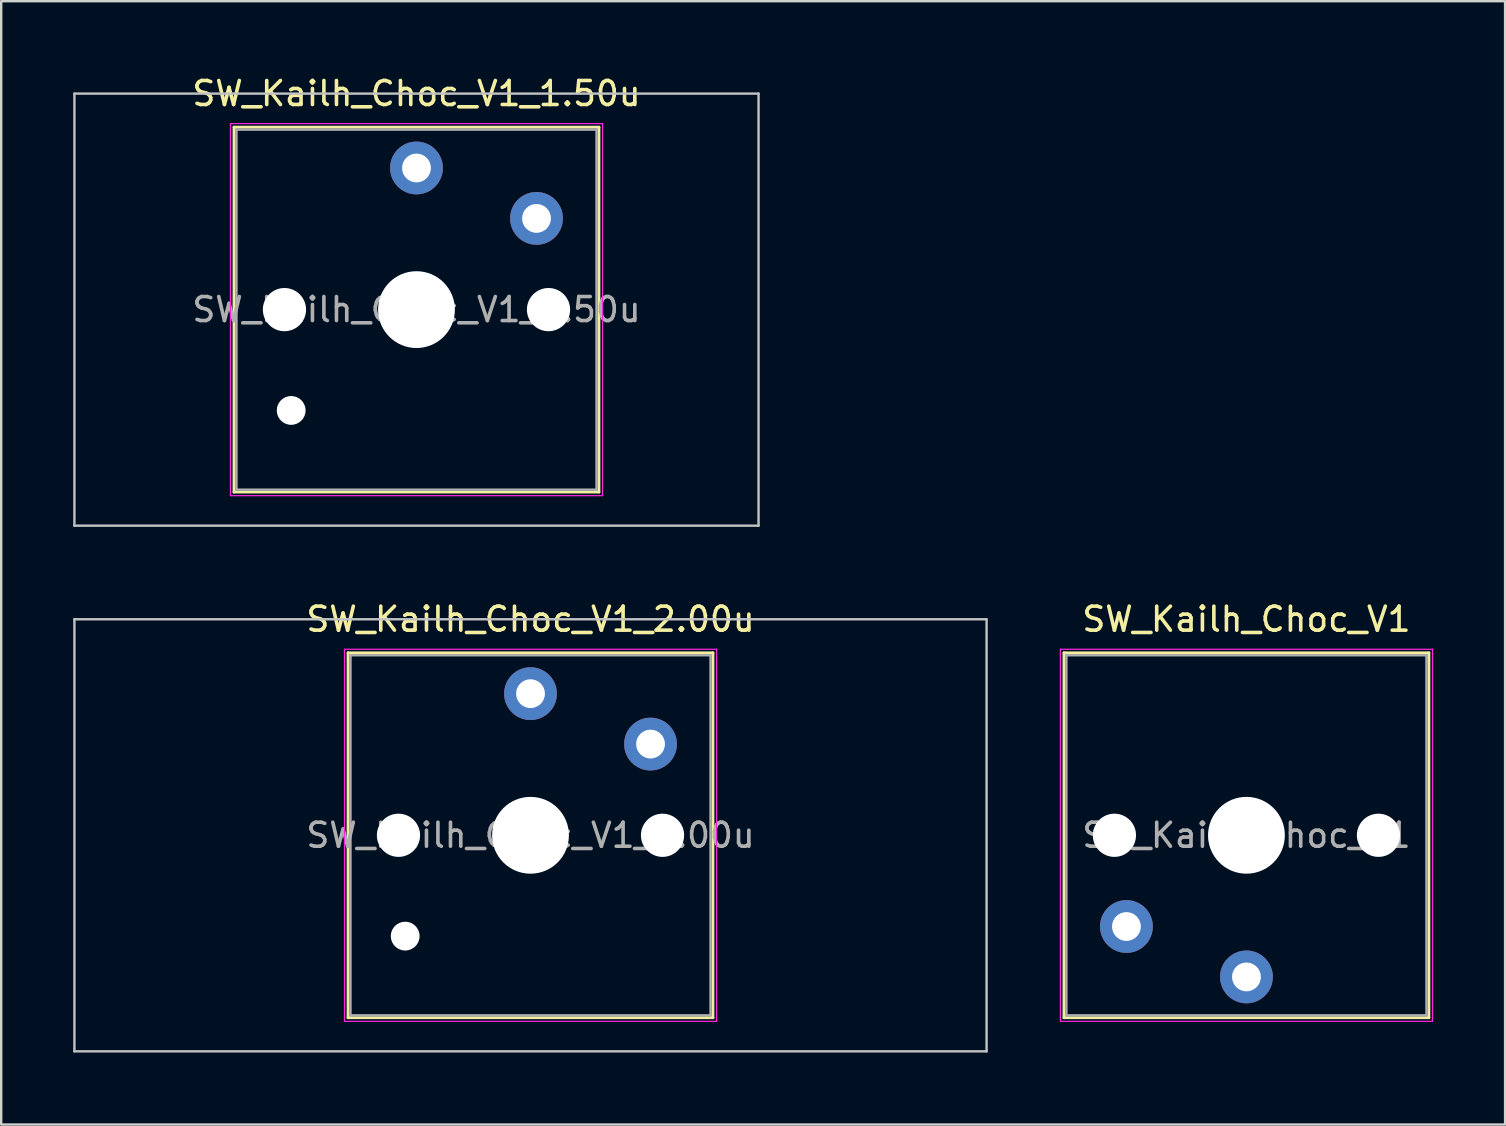
<source format=kicad_pcb>
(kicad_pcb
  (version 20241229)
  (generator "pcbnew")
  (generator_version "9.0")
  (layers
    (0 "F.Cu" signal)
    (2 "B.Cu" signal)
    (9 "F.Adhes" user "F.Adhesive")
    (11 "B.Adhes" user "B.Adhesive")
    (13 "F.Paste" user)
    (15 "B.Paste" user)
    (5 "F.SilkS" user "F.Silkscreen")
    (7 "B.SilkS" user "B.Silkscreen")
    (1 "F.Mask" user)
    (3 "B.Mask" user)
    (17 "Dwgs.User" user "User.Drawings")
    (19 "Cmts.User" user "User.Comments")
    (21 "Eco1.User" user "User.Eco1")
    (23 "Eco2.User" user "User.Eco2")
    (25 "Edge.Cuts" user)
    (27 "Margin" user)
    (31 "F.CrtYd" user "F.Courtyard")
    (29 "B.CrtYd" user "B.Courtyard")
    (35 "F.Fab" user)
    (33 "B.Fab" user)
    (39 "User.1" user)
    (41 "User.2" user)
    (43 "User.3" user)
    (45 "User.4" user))
  (footprint "SW_Kailh_Choc_V1"
    (layer "F.Cu")
    (at 48.875 31.747)
    (property "Reference" "SW_Kailh_Choc_V1" (at 0 -9 0) (layer "F.SilkS") (effects (font (size 1 1) (thickness 0.15))))
    (attr through_hole)
    (fp_line (start -7.6 -7.6) (end -7.6 7.6) (stroke (width 0.12) (type solid)) (layer "F.SilkS"))
    (fp_line (start -7.6 7.6) (end 7.6 7.6) (stroke (width 0.12) (type solid)) (layer "F.SilkS"))
    (fp_line (start 7.6 -7.6) (end -7.6 -7.6) (stroke (width 0.12) (type solid)) (layer "F.SilkS"))
    (fp_line (start 7.6 7.6) (end 7.6 -7.6) (stroke (width 0.12) (type solid)) (layer "F.SilkS"))
    (fp_line (start -7.25 -7.25) (end -7.25 7.25) (stroke (width 0.1) (type solid)) (layer "Eco1.User"))
    (fp_line (start -7.25 7.25) (end 7.25 7.25) (stroke (width 0.1) (type solid)) (layer "Eco1.User"))
    (fp_line (start 7.25 -7.25) (end -7.25 -7.25) (stroke (width 0.1) (type solid)) (layer "Eco1.User"))
    (fp_line (start 7.25 7.25) (end 7.25 -7.25) (stroke (width 0.1) (type solid)) (layer "Eco1.User"))
    (fp_line (start -7.75 -7.75) (end -7.75 7.75) (stroke (width 0.05) (type solid)) (layer "F.CrtYd"))
    (fp_line (start -7.75 7.75) (end 7.75 7.75) (stroke (width 0.05) (type solid)) (layer "F.CrtYd"))
    (fp_line (start 7.75 -7.75) (end -7.75 -7.75) (stroke (width 0.05) (type solid)) (layer "F.CrtYd"))
    (fp_line (start 7.75 7.75) (end 7.75 -7.75) (stroke (width 0.05) (type solid)) (layer "F.CrtYd"))
    (fp_line (start -7.5 -7.5) (end -7.5 7.5) (stroke (width 0.1) (type solid)) (layer "F.Fab"))
    (fp_line (start -7.5 7.5) (end 7.5 7.5) (stroke (width 0.1) (type solid)) (layer "F.Fab"))
    (fp_line (start 7.5 -7.5) (end -7.5 -7.5) (stroke (width 0.1) (type solid)) (layer "F.Fab"))
    (fp_line (start 7.5 7.5) (end 7.5 -7.5) (stroke (width 0.1) (type solid)) (layer "F.Fab"))
    (fp_text user "${REFERENCE}" (at 0 0 0) (layer "F.Fab") (effects (font (size 1 1) (thickness 0.15))))
    (pad "" np_thru_hole circle (at -5.5 0) (size 1.8 1.8) (drill 1.8) (layers "*.Cu" "*.Mask"))
    (pad "" np_thru_hole circle (at 0 0) (size 3.2 3.2) (drill 3.2) (layers "*.Cu" "*.Mask"))
    (pad "" np_thru_hole circle (at 5.5 0) (size 1.8 1.8) (drill 1.8) (layers "*.Cu" "*.Mask"))
    (pad "1" thru_hole circle (at 0 5.9) (size 2.2 2.2) (drill 1.2) (layers "*.Cu" "B.Mask"))
    (pad "2" thru_hole circle (at -5 3.8) (size 2.2 2.2) (drill 1.2) (layers "*.Cu" "B.Mask")))
  (footprint "SW_Kailh_Choc_V1_1.50u"
    (layer "F.Cu")
    (at 14.3 9.848)
    (property "Reference" "SW_Kailh_Choc_V1_1.50u" (at 0 -9 0) (layer "F.SilkS") (effects (font (size 1 1) (thickness 0.15))))
    (attr through_hole)
    (fp_line (start -7.6 -7.6) (end -7.6 7.6) (stroke (width 0.12) (type solid)) (layer "F.SilkS"))
    (fp_line (start -7.6 7.6) (end 7.6 7.6) (stroke (width 0.12) (type solid)) (layer "F.SilkS"))
    (fp_line (start 7.6 -7.6) (end -7.6 -7.6) (stroke (width 0.12) (type solid)) (layer "F.SilkS"))
    (fp_line (start 7.6 7.6) (end 7.6 -7.6) (stroke (width 0.12) (type solid)) (layer "F.SilkS"))
    (fp_line (start -14.25 -9) (end -14.25 9) (stroke (width 0.1) (type solid)) (layer "Dwgs.User"))
    (fp_line (start -14.25 9) (end 14.25 9) (stroke (width 0.1) (type solid)) (layer "Dwgs.User"))
    (fp_line (start 14.25 -9) (end -14.25 -9) (stroke (width 0.1) (type solid)) (layer "Dwgs.User"))
    (fp_line (start 14.25 9) (end 14.25 -9) (stroke (width 0.1) (type solid)) (layer "Dwgs.User"))
    (fp_line (start -7.25 -7.25) (end -7.25 7.25) (stroke (width 0.1) (type solid)) (layer "Eco1.User"))
    (fp_line (start -7.25 7.25) (end 7.25 7.25) (stroke (width 0.1) (type solid)) (layer "Eco1.User"))
    (fp_line (start 7.25 -7.25) (end -7.25 -7.25) (stroke (width 0.1) (type solid)) (layer "Eco1.User"))
    (fp_line (start 7.25 7.25) (end 7.25 -7.25) (stroke (width 0.1) (type solid)) (layer "Eco1.User"))
    (fp_line (start -7.75 -7.75) (end -7.75 7.75) (stroke (width 0.05) (type solid)) (layer "F.CrtYd"))
    (fp_line (start -7.75 7.75) (end 7.75 7.75) (stroke (width 0.05) (type solid)) (layer "F.CrtYd"))
    (fp_line (start 7.75 -7.75) (end -7.75 -7.75) (stroke (width 0.05) (type solid)) (layer "F.CrtYd"))
    (fp_line (start 7.75 7.75) (end 7.75 -7.75) (stroke (width 0.05) (type solid)) (layer "F.CrtYd"))
    (fp_line (start -7.5 -7.5) (end -7.5 7.5) (stroke (width 0.1) (type solid)) (layer "F.Fab"))
    (fp_line (start -7.5 7.5) (end 7.5 7.5) (stroke (width 0.1) (type solid)) (layer "F.Fab"))
    (fp_line (start 7.5 -7.5) (end -7.5 -7.5) (stroke (width 0.1) (type solid)) (layer "F.Fab"))
    (fp_line (start 7.5 7.5) (end 7.5 -7.5) (stroke (width 0.1) (type solid)) (layer "F.Fab"))
    (fp_text user "${REFERENCE}" (at 0 0 0) (layer "F.Fab") (effects (font (size 1 1) (thickness 0.15))))
    (pad "" np_thru_hole circle (at -5.5 0) (size 1.8 1.8) (drill 1.8) (layers "*.Cu" "*.Mask"))
    (pad "" np_thru_hole circle (at -5.22 4.2) (size 1.2 1.2) (drill 1.2) (layers "*.Cu" "*.Mask"))
    (pad "" np_thru_hole circle (at 0 0) (size 3.2 3.2) (drill 3.2) (layers "*.Cu" "*.Mask"))
    (pad "" np_thru_hole circle (at 5.5 0) (size 1.8 1.8) (drill 1.8) (layers "*.Cu" "*.Mask"))
    (pad "1" thru_hole circle (at 0 -5.9) (size 2.2 2.2) (drill 1.2) (layers "*.Cu" "B.Mask"))
    (pad "2" thru_hole circle (at 5 -3.8) (size 2.2 2.2) (drill 1.2) (layers "*.Cu" "B.Mask")))
  (footprint "SW_Kailh_Choc_V1_2.00u"
    (layer "F.Cu")
    (at 19.05 31.747)
    (property "Reference" "SW_Kailh_Choc_V1_2.00u" (at 0 -9 0) (layer "F.SilkS") (effects (font (size 1 1) (thickness 0.15))))
    (attr through_hole)
    (fp_line (start -7.6 -7.6) (end -7.6 7.6) (stroke (width 0.12) (type solid)) (layer "F.SilkS"))
    (fp_line (start -7.6 7.6) (end 7.6 7.6) (stroke (width 0.12) (type solid)) (layer "F.SilkS"))
    (fp_line (start 7.6 -7.6) (end -7.6 -7.6) (stroke (width 0.12) (type solid)) (layer "F.SilkS"))
    (fp_line (start 7.6 7.6) (end 7.6 -7.6) (stroke (width 0.12) (type solid)) (layer "F.SilkS"))
    (fp_line (start -19 -9) (end -19 9) (stroke (width 0.1) (type solid)) (layer "Dwgs.User"))
    (fp_line (start -19 9) (end 19 9) (stroke (width 0.1) (type solid)) (layer "Dwgs.User"))
    (fp_line (start 19 -9) (end -19 -9) (stroke (width 0.1) (type solid)) (layer "Dwgs.User"))
    (fp_line (start 19 9) (end 19 -9) (stroke (width 0.1) (type solid)) (layer "Dwgs.User"))
    (fp_line (start -7.25 -7.25) (end -7.25 7.25) (stroke (width 0.1) (type solid)) (layer "Eco1.User"))
    (fp_line (start -7.25 7.25) (end 7.25 7.25) (stroke (width 0.1) (type solid)) (layer "Eco1.User"))
    (fp_line (start 7.25 -7.25) (end -7.25 -7.25) (stroke (width 0.1) (type solid)) (layer "Eco1.User"))
    (fp_line (start 7.25 7.25) (end 7.25 -7.25) (stroke (width 0.1) (type solid)) (layer "Eco1.User"))
    (fp_line (start -7.75 -7.75) (end -7.75 7.75) (stroke (width 0.05) (type solid)) (layer "F.CrtYd"))
    (fp_line (start -7.75 7.75) (end 7.75 7.75) (stroke (width 0.05) (type solid)) (layer "F.CrtYd"))
    (fp_line (start 7.75 -7.75) (end -7.75 -7.75) (stroke (width 0.05) (type solid)) (layer "F.CrtYd"))
    (fp_line (start 7.75 7.75) (end 7.75 -7.75) (stroke (width 0.05) (type solid)) (layer "F.CrtYd"))
    (fp_line (start -7.5 -7.5) (end -7.5 7.5) (stroke (width 0.1) (type solid)) (layer "F.Fab"))
    (fp_line (start -7.5 7.5) (end 7.5 7.5) (stroke (width 0.1) (type solid)) (layer "F.Fab"))
    (fp_line (start 7.5 -7.5) (end -7.5 -7.5) (stroke (width 0.1) (type solid)) (layer "F.Fab"))
    (fp_line (start 7.5 7.5) (end 7.5 -7.5) (stroke (width 0.1) (type solid)) (layer "F.Fab"))
    (fp_text user "${REFERENCE}" (at 0 0 0) (layer "F.Fab") (effects (font (size 1 1) (thickness 0.15))))
    (pad "" np_thru_hole circle (at -5.5 0) (size 1.8 1.8) (drill 1.8) (layers "*.Cu" "*.Mask"))
    (pad "" np_thru_hole circle (at -5.22 4.2) (size 1.2 1.2) (drill 1.2) (layers "*.Cu" "*.Mask"))
    (pad "" np_thru_hole circle (at 0 0) (size 3.2 3.2) (drill 3.2) (layers "*.Cu" "*.Mask"))
    (pad "" np_thru_hole circle (at 5.5 0) (size 1.8 1.8) (drill 1.8) (layers "*.Cu" "*.Mask"))
    (pad "1" thru_hole circle (at 0 -5.9) (size 2.2 2.2) (drill 1.2) (layers "*.Cu" "B.Mask"))
    (pad "2" thru_hole circle (at 5 -3.8) (size 2.2 2.2) (drill 1.2) (layers "*.Cu" "B.Mask")))
  (gr_rect
    (start -3 -3)
    (end 59.65 43.797)
    (stroke (width 0.1) (type default))
    (fill no)
    (layer "Edge.Cuts")))
</source>
